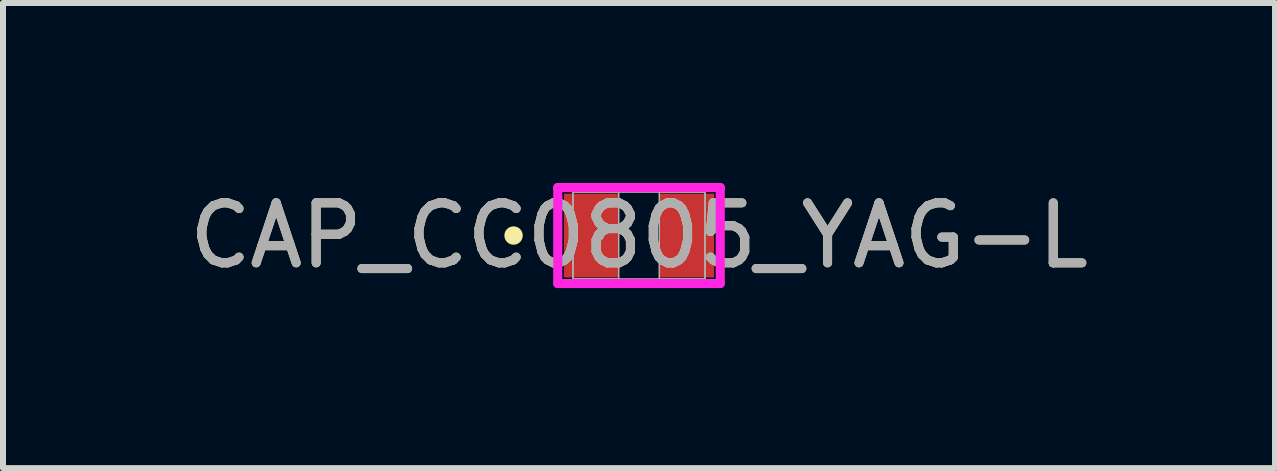
<source format=kicad_pcb>
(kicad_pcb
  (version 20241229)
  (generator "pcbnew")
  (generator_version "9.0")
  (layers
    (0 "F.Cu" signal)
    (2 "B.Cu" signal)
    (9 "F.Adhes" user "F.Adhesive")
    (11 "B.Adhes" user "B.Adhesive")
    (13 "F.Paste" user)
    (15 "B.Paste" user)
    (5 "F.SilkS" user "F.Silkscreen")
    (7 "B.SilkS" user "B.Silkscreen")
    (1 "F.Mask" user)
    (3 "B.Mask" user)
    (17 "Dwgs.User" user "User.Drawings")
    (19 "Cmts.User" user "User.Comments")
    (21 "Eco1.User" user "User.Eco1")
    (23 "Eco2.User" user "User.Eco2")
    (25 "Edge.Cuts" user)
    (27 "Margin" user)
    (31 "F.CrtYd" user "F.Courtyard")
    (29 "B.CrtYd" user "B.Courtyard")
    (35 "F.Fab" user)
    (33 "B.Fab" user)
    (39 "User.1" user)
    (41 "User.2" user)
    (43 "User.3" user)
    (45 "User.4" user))
  (footprint "CAP_CC0805_YAG-L"
    (layer "F.Cu")
    (at 7.601 0.876)
    (property "Reference" "CAP_CC0805_YAG-L" (at 0 0 0) (unlocked yes) (layer "F.SilkS") (effects (font (size 1 1) (thickness 0.15))))
    (attr smd)
    (fp_circle (center -2.091 0) (end -2.014 0) (stroke (width 0.152) (type solid)) (fill no) (layer "F.SilkS"))
    (fp_line (start -1.354 -0.8) (end 1.354 -0.8) (stroke (width 0.152) (type solid)) (layer "F.CrtYd"))
    (fp_line (start -1.354 0.8) (end -1.354 -0.8) (stroke (width 0.152) (type solid)) (layer "F.CrtYd"))
    (fp_line (start 1.354 -0.8) (end 1.354 0.8) (stroke (width 0.152) (type solid)) (layer "F.CrtYd"))
    (fp_line (start 1.354 0.8) (end -1.354 0.8) (stroke (width 0.152) (type solid)) (layer "F.CrtYd"))
    (fp_line (start -1.1 -0.724) (end -1.1 0.724) (stroke (width 0.025) (type solid)) (layer "F.Fab"))
    (fp_line (start -1.1 -0.724) (end -1.1 0.724) (stroke (width 0.025) (type solid)) (layer "F.Fab"))
    (fp_line (start -1.1 0.724) (end -0.338 0.724) (stroke (width 0.025) (type solid)) (layer "F.Fab"))
    (fp_line (start -1.1 0.724) (end 1.1 0.724) (stroke (width 0.025) (type solid)) (layer "F.Fab"))
    (fp_line (start -0.338 -0.724) (end -1.1 -0.724) (stroke (width 0.025) (type solid)) (layer "F.Fab"))
    (fp_line (start -0.338 0.724) (end -0.338 -0.724) (stroke (width 0.025) (type solid)) (layer "F.Fab"))
    (fp_line (start 0.338 -0.724) (end 0.338 0.724) (stroke (width 0.025) (type solid)) (layer "F.Fab"))
    (fp_line (start 0.338 0.724) (end 1.1 0.724) (stroke (width 0.025) (type solid)) (layer "F.Fab"))
    (fp_line (start 1.1 -0.724) (end -1.1 -0.724) (stroke (width 0.025) (type solid)) (layer "F.Fab"))
    (fp_line (start 1.1 -0.724) (end 0.338 -0.724) (stroke (width 0.025) (type solid)) (layer "F.Fab"))
    (fp_line (start 1.1 0.724) (end 1.1 -0.724) (stroke (width 0.025) (type solid)) (layer "F.Fab"))
    (fp_line (start 1.1 0.724) (end 1.1 -0.724) (stroke (width 0.025) (type solid)) (layer "F.Fab"))
    (fp_circle (center -0.668 0) (end -0.592 0) (stroke (width 0.025) (type solid)) (fill no) (layer "F.Fab"))
    (fp_text user "${REFERENCE}" (at 0 0 0) (unlocked yes) (layer "F.Fab") (effects (font (size 1 1) (thickness 0.15))))
    (pad "1" smd rect (at -0.795 0) (size 0.914 1.397) (layers "F.Cu" "F.Mask" "F.Paste"))
    (pad "2" smd rect (at 0.795 0) (size 0.914 1.397) (layers "F.Cu" "F.Mask" "F.Paste"))
    (zone (net_name "") (layer "F.Cu") (hatch full 0.508) (connect_pads) (min_thickness 0.254) (filled_areas_thickness no) (keepout (tracks not_allowed) (vias not_allowed) (pads allowed) (copperpour not_allowed) (footprints allowed)) (placement (enabled no)) (fill) (polygon (pts (xy 7.314 0.203) (xy 7.888 0.203) (xy 7.888 1.549) (xy 7.314 1.549)))))
  (gr_rect
    (start -3 -3)
    (end 18.202 4.753)
    (stroke (width 0.1) (type default))
    (fill no)
    (layer "Edge.Cuts")))
</source>
